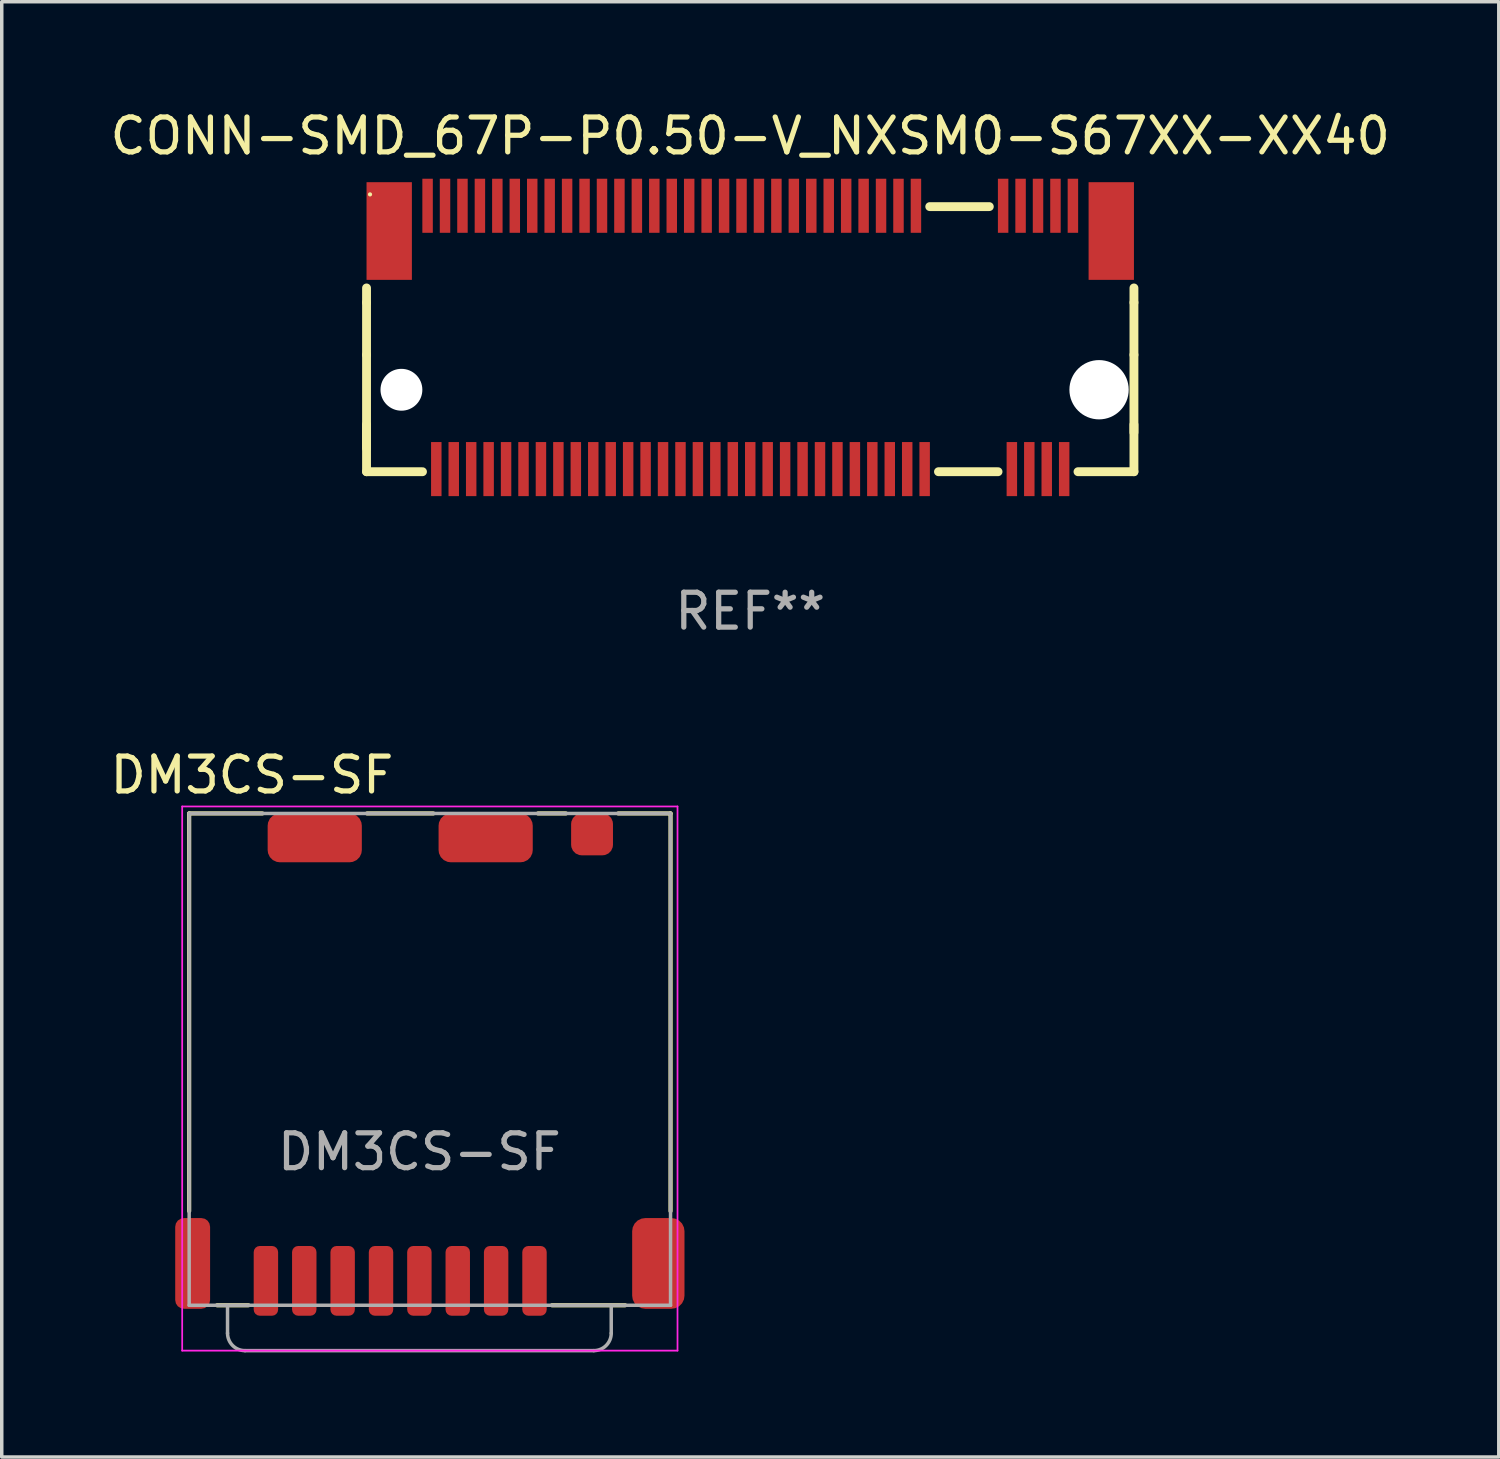
<source format=kicad_pcb>
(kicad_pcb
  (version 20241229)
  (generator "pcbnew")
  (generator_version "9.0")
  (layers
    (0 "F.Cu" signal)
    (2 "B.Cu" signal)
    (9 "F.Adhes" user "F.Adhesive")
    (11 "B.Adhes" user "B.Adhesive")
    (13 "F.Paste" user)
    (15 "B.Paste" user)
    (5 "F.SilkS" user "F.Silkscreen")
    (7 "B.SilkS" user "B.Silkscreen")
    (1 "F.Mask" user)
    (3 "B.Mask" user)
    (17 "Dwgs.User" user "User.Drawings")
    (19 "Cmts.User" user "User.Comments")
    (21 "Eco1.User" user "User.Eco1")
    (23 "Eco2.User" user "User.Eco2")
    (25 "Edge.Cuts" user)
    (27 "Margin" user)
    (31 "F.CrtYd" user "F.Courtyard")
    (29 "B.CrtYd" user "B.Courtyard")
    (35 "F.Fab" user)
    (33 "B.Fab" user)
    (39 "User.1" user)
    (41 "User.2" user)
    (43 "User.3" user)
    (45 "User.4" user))
  (footprint "DM3CS-SF"
    (layer "F.Cu")
    (at 8.973 27.47)
    (property "Reference" "DM3CS-SF" (at -4.8 -8.3 0) (layer "F.SilkS") (effects (font (size 1 1) (thickness 0.15))))
    (attr smd)
    (fp_line (start -6.6 -7.2) (end -6.6 4.2) (stroke (width 0.12) (type solid)) (layer "F.SilkS"))
    (fp_line (start -6.6 -7.2) (end -4.5 -7.2) (stroke (width 0.12) (type solid)) (layer "F.SilkS"))
    (fp_line (start -5.8 6.9) (end -4.9 6.9) (stroke (width 0.12) (type solid)) (layer "F.SilkS"))
    (fp_line (start -1.5 -7.2) (end 0.4 -7.2) (stroke (width 0.12) (type solid)) (layer "F.SilkS"))
    (fp_line (start 3.4 -7.2) (end 4.2 -7.2) (stroke (width 0.12) (type solid)) (layer "F.SilkS"))
    (fp_line (start 3.8 6.9) (end 5.9 6.9) (stroke (width 0.12) (type solid)) (layer "F.SilkS"))
    (fp_line (start 5.7 -7.2) (end 7.2 -7.2) (stroke (width 0.12) (type solid)) (layer "F.SilkS"))
    (fp_line (start 7.2 4.2) (end 7.2 -7.2) (stroke (width 0.12) (type solid)) (layer "F.SilkS"))
    (fp_line (start -6.8 -7.4) (end 7.4 -7.4) (stroke (width 0.05) (type solid)) (layer "F.CrtYd"))
    (fp_line (start -6.8 8.2) (end -6.8 -7.4) (stroke (width 0.05) (type solid)) (layer "F.CrtYd"))
    (fp_line (start 7.4 -7.4) (end 7.4 8.2) (stroke (width 0.05) (type solid)) (layer "F.CrtYd"))
    (fp_line (start 7.4 8.2) (end -6.8 8.2) (stroke (width 0.05) (type solid)) (layer "F.CrtYd"))
    (fp_line (start -6.6 -7.2) (end -6.6 6.9) (stroke (width 0.1) (type solid)) (layer "F.Fab"))
    (fp_line (start -6.6 -7.2) (end 7.2 -7.2) (stroke (width 0.1) (type solid)) (layer "F.Fab"))
    (fp_line (start -5.5 7.7) (end -5.5 6.9) (stroke (width 0.1) (type solid)) (layer "F.Fab"))
    (fp_line (start 5 8.2) (end -5 8.2) (stroke (width 0.1) (type solid)) (layer "F.Fab"))
    (fp_line (start 5.5 6.9) (end 5.5 7.7) (stroke (width 0.1) (type solid)) (layer "F.Fab"))
    (fp_line (start 7.2 -7.2) (end 7.2 6.9) (stroke (width 0.1) (type solid)) (layer "F.Fab"))
    (fp_line (start 7.2 6.9) (end -6.6 6.9) (stroke (width 0.1) (type solid)) (layer "F.Fab"))
    (fp_arc (start -5 8.2) (mid -5.353553 8.053553) (end -5.5 7.7) (stroke (width 0.1) (type solid)) (layer "F.Fab"))
    (fp_arc (start 5.5 7.7) (mid 5.353553 8.053553) (end 5 8.2) (stroke (width 0.1) (type solid)) (layer "F.Fab"))
    (fp_text user "${REFERENCE}" (at 0 2.5 0) (unlocked yes) (layer "F.Fab") (effects (font (size 1 1) (thickness 0.15))))
    (pad "1" smd roundrect (at 3.3 6.2 90) (size 2 0.7) (layers "F.Cu" "F.Mask" "F.Paste") (roundrect_rratio 0.25))
    (pad "2" smd roundrect (at 2.2 6.2 90) (size 2 0.7) (layers "F.Cu" "F.Mask" "F.Paste") (roundrect_rratio 0.25))
    (pad "3" smd roundrect (at 1.1 6.2 90) (size 2 0.7) (layers "F.Cu" "F.Mask" "F.Paste") (roundrect_rratio 0.25))
    (pad "4" smd roundrect (at 0 6.2 90) (size 2 0.7) (layers "F.Cu" "F.Mask" "F.Paste") (roundrect_rratio 0.25))
    (pad "5" smd roundrect (at -1.1 6.2 90) (size 2 0.7) (layers "F.Cu" "F.Mask" "F.Paste") (roundrect_rratio 0.25))
    (pad "6" smd roundrect (at -2.2 6.2 90) (size 2 0.7) (layers "F.Cu" "F.Mask" "F.Paste") (roundrect_rratio 0.25))
    (pad "7" smd roundrect (at -3.3 6.2 90) (size 2 0.7) (layers "F.Cu" "F.Mask" "F.Paste") (roundrect_rratio 0.25))
    (pad "8" smd roundrect (at -4.4 6.2 90) (size 2 0.7) (layers "F.Cu" "F.Mask" "F.Paste") (roundrect_rratio 0.25))
    (pad "9" smd roundrect (at -6.5 5.7 270) (size 2.6 1) (layers "F.Cu" "F.Mask" "F.Paste") (roundrect_rratio 0.25))
    (pad "9" smd roundrect (at -3 -6.5 180) (size 2.7 1.4) (layers "F.Cu" "F.Mask" "F.Paste") (roundrect_rratio 0.25))
    (pad "9" smd roundrect (at 1.9 -6.5 180) (size 2.7 1.4) (layers "F.Cu" "F.Mask" "F.Paste") (roundrect_rratio 0.25))
    (pad "9" smd roundrect (at 4.95 -6.6 180) (size 1.2 1.2) (layers "F.Cu" "F.Mask" "F.Paste") (roundrect_rratio 0.25))
    (pad "9" smd roundrect (at 6.85 5.7 270) (size 2.6 1.5) (layers "F.Cu" "F.Mask" "F.Paste") (roundrect_rratio 0.25))
    (zone (net_name "") (layer "F.Cu") (hatch edge 0.508) (connect_pads) (min_thickness 0.254) (filled_areas_thickness no) (keepout (tracks not_allowed) (vias not_allowed) (pads not_allowed) (copperpour not_allowed) (footprints not_allowed)) (placement (enabled no)) (fill) (polygon (pts (xy 2.773 31.87) (xy 2.173 31.87) (xy 2.173 28.07) (xy 2.773 28.07))))
    (zone (net_name "") (layer "F.Cu") (hatch edge 0.508) (connect_pads) (min_thickness 0.254) (filled_areas_thickness no) (keepout (tracks not_allowed) (vias not_allowed) (pads not_allowed) (copperpour not_allowed) (footprints not_allowed)) (placement (enabled no)) (fill) (polygon (pts (xy 12.873 25.67) (xy 3.973 25.67) (xy 3.973 23.17) (xy 12.873 23.17))))
    (zone (net_name "") (layer "F.Cu") (hatch edge 0.508) (connect_pads) (min_thickness 0.254) (filled_areas_thickness no) (keepout (tracks not_allowed) (vias not_allowed) (pads not_allowed) (copperpour not_allowed) (footprints not_allowed)) (placement (enabled no)) (fill) (polygon (pts (xy 16.373 31.87) (xy 15.773 31.87) (xy 15.773 28.07) (xy 16.373 28.07)))))
  (footprint "CONN-SMD_67P-P0.50-V_NXSM0-S67XX-XX40"
    (layer "F.Cu")
    (at 18.458 6.661)
    (property "Reference" "CONN-SMD_67P-P0.50-V_NXSM0-S67XX-XX40" (at 0 -5.812 0) (layer "F.SilkS") (effects (font (size 1 1) (thickness 0.15))))
    (attr through_hole)
    (fp_line (start -11 -1.038) (end -11 -1.456) (stroke (width 0.254) (type solid)) (layer "F.SilkS"))
    (fp_line (start -11 0.462) (end -11 -1.038) (stroke (width 0.254) (type solid)) (layer "F.SilkS"))
    (fp_line (start -11 0.462) (end -11 3.138) (stroke (width 0.254) (type solid)) (layer "F.SilkS"))
    (fp_line (start -11 3.812) (end -11 2.462) (stroke (width 0.254) (type solid)) (layer "F.SilkS"))
    (fp_line (start -11 3.812) (end -9.396 3.812) (stroke (width 0.254) (type solid)) (layer "F.SilkS"))
    (fp_line (start 5.396 3.812) (end 7.104 3.812) (stroke (width 0.254) (type solid)) (layer "F.SilkS"))
    (fp_line (start 6.854 -3.788) (end 5.146 -3.788) (stroke (width 0.254) (type solid)) (layer "F.SilkS"))
    (fp_line (start 9.396 3.812) (end 11 3.812) (stroke (width 0.254) (type solid)) (layer "F.SilkS"))
    (fp_line (start 11 -1.038) (end 11 -1.456) (stroke (width 0.254) (type solid)) (layer "F.SilkS"))
    (fp_line (start 11 0.462) (end 11 -1.038) (stroke (width 0.254) (type solid)) (layer "F.SilkS"))
    (fp_line (start 11 0.462) (end 11 2.687) (stroke (width 0.254) (type solid)) (layer "F.SilkS"))
    (fp_line (start 11 3.812) (end 11 2.462) (stroke (width 0.254) (type solid)) (layer "F.SilkS"))
    (fp_circle (center -10.9 -4.138) (end -10.87 -4.138) (stroke (width 0.06) (type solid)) (fill no) (layer "F.SilkS"))
    (fp_text user "REF**" (at 0 7.812 0) (layer "F.Fab") (effects (font (size 1 1) (thickness 0.15))))
    (pad "" np_thru_hole circle (at -10 1.463) (size 1.2 1.2) (drill 1.2) (layers "*.Cu" "*.Mask"))
    (pad "" np_thru_hole circle (at 10 1.462) (size 1.7 1.7) (drill 1.7) (layers "*.Cu" "*.Mask"))
    (pad "1" smd rect (at -9.25 -3.812) (size 0.3 1.55) (layers "F.Cu" "F.Mask" "F.Paste"))
    (pad "2" smd rect (at -9 3.737) (size 0.3 1.55) (layers "F.Cu" "F.Mask" "F.Paste"))
    (pad "3" smd rect (at -8.75 -3.812) (size 0.3 1.55) (layers "F.Cu" "F.Mask" "F.Paste"))
    (pad "4" smd rect (at -8.5 3.737) (size 0.3 1.55) (layers "F.Cu" "F.Mask" "F.Paste"))
    (pad "5" smd rect (at -8.25 -3.812) (size 0.3 1.55) (layers "F.Cu" "F.Mask" "F.Paste"))
    (pad "6" smd rect (at -8 3.737) (size 0.3 1.55) (layers "F.Cu" "F.Mask" "F.Paste"))
    (pad "7" smd rect (at -7.75 -3.812) (size 0.3 1.55) (layers "F.Cu" "F.Mask" "F.Paste"))
    (pad "8" smd rect (at -7.5 3.737) (size 0.3 1.55) (layers "F.Cu" "F.Mask" "F.Paste"))
    (pad "9" smd rect (at -7.25 -3.812) (size 0.3 1.55) (layers "F.Cu" "F.Mask" "F.Paste"))
    (pad "10" smd rect (at -7 3.737) (size 0.3 1.55) (layers "F.Cu" "F.Mask" "F.Paste"))
    (pad "11" smd rect (at -6.75 -3.812) (size 0.3 1.55) (layers "F.Cu" "F.Mask" "F.Paste"))
    (pad "12" smd rect (at -6.5 3.737) (size 0.3 1.55) (layers "F.Cu" "F.Mask" "F.Paste"))
    (pad "13" smd rect (at -6.25 -3.812) (size 0.3 1.55) (layers "F.Cu" "F.Mask" "F.Paste"))
    (pad "14" smd rect (at -6 3.737) (size 0.3 1.55) (layers "F.Cu" "F.Mask" "F.Paste"))
    (pad "15" smd rect (at -5.75 -3.812) (size 0.3 1.55) (layers "F.Cu" "F.Mask" "F.Paste"))
    (pad "16" smd rect (at -5.5 3.737) (size 0.3 1.55) (layers "F.Cu" "F.Mask" "F.Paste"))
    (pad "17" smd rect (at -5.25 -3.812) (size 0.3 1.55) (layers "F.Cu" "F.Mask" "F.Paste"))
    (pad "18" smd rect (at -5 3.737) (size 0.3 1.55) (layers "F.Cu" "F.Mask" "F.Paste"))
    (pad "19" smd rect (at -4.75 -3.812) (size 0.3 1.55) (layers "F.Cu" "F.Mask" "F.Paste"))
    (pad "20" smd rect (at -4.5 3.737) (size 0.3 1.55) (layers "F.Cu" "F.Mask" "F.Paste"))
    (pad "21" smd rect (at -4.25 -3.812) (size 0.3 1.55) (layers "F.Cu" "F.Mask" "F.Paste"))
    (pad "22" smd rect (at -4 3.737) (size 0.3 1.55) (layers "F.Cu" "F.Mask" "F.Paste"))
    (pad "23" smd rect (at -3.75 -3.812) (size 0.3 1.55) (layers "F.Cu" "F.Mask" "F.Paste"))
    (pad "24" smd rect (at -3.5 3.737) (size 0.3 1.55) (layers "F.Cu" "F.Mask" "F.Paste"))
    (pad "25" smd rect (at -3.25 -3.812) (size 0.3 1.55) (layers "F.Cu" "F.Mask" "F.Paste"))
    (pad "26" smd rect (at -3 3.737) (size 0.3 1.55) (layers "F.Cu" "F.Mask" "F.Paste"))
    (pad "27" smd rect (at -2.75 -3.812) (size 0.3 1.55) (layers "F.Cu" "F.Mask" "F.Paste"))
    (pad "28" smd rect (at -2.5 3.737) (size 0.3 1.55) (layers "F.Cu" "F.Mask" "F.Paste"))
    (pad "29" smd rect (at -2.25 -3.812) (size 0.3 1.55) (layers "F.Cu" "F.Mask" "F.Paste"))
    (pad "30" smd rect (at -2 3.737) (size 0.3 1.55) (layers "F.Cu" "F.Mask" "F.Paste"))
    (pad "31" smd rect (at -1.75 -3.812) (size 0.3 1.55) (layers "F.Cu" "F.Mask" "F.Paste"))
    (pad "32" smd rect (at -1.5 3.737) (size 0.3 1.55) (layers "F.Cu" "F.Mask" "F.Paste"))
    (pad "33" smd rect (at -1.25 -3.812) (size 0.3 1.55) (layers "F.Cu" "F.Mask" "F.Paste"))
    (pad "34" smd rect (at -1 3.737) (size 0.3 1.55) (layers "F.Cu" "F.Mask" "F.Paste"))
    (pad "35" smd rect (at -0.75 -3.812) (size 0.3 1.55) (layers "F.Cu" "F.Mask" "F.Paste"))
    (pad "36" smd rect (at -0.5 3.737) (size 0.3 1.55) (layers "F.Cu" "F.Mask" "F.Paste"))
    (pad "37" smd rect (at -0.25 -3.812) (size 0.3 1.55) (layers "F.Cu" "F.Mask" "F.Paste"))
    (pad "38" smd rect (at -0.000038 3.737) (size 0.3 1.55) (layers "F.Cu" "F.Mask" "F.Paste"))
    (pad "39" smd rect (at 0.25 -3.812) (size 0.3 1.55) (layers "F.Cu" "F.Mask" "F.Paste"))
    (pad "40" smd rect (at 0.5 3.737) (size 0.3 1.55) (layers "F.Cu" "F.Mask" "F.Paste"))
    (pad "41" smd rect (at 0.75 -3.812) (size 0.3 1.55) (layers "F.Cu" "F.Mask" "F.Paste"))
    (pad "42" smd rect (at 1 3.737) (size 0.3 1.55) (layers "F.Cu" "F.Mask" "F.Paste"))
    (pad "43" smd rect (at 1.25 -3.812) (size 0.3 1.55) (layers "F.Cu" "F.Mask" "F.Paste"))
    (pad "44" smd rect (at 1.5 3.737) (size 0.3 1.55) (layers "F.Cu" "F.Mask" "F.Paste"))
    (pad "45" smd rect (at 1.75 -3.812) (size 0.3 1.55) (layers "F.Cu" "F.Mask" "F.Paste"))
    (pad "46" smd rect (at 2 3.737) (size 0.3 1.55) (layers "F.Cu" "F.Mask" "F.Paste"))
    (pad "47" smd rect (at 2.25 -3.812) (size 0.3 1.55) (layers "F.Cu" "F.Mask" "F.Paste"))
    (pad "48" smd rect (at 2.5 3.737) (size 0.3 1.55) (layers "F.Cu" "F.Mask" "F.Paste"))
    (pad "49" smd rect (at 2.75 -3.812) (size 0.3 1.55) (layers "F.Cu" "F.Mask" "F.Paste"))
    (pad "50" smd rect (at 3 3.737) (size 0.3 1.55) (layers "F.Cu" "F.Mask" "F.Paste"))
    (pad "51" smd rect (at 3.25 -3.812) (size 0.3 1.55) (layers "F.Cu" "F.Mask" "F.Paste"))
    (pad "52" smd rect (at 3.5 3.737) (size 0.3 1.55) (layers "F.Cu" "F.Mask" "F.Paste"))
    (pad "53" smd rect (at 3.75 -3.812) (size 0.3 1.55) (layers "F.Cu" "F.Mask" "F.Paste"))
    (pad "54" smd rect (at 4 3.737) (size 0.3 1.55) (layers "F.Cu" "F.Mask" "F.Paste"))
    (pad "55" smd rect (at 4.25 -3.812) (size 0.3 1.55) (layers "F.Cu" "F.Mask" "F.Paste"))
    (pad "56" smd rect (at 4.5 3.737) (size 0.3 1.55) (layers "F.Cu" "F.Mask" "F.Paste"))
    (pad "57" smd rect (at 4.75 -3.812) (size 0.3 1.55) (layers "F.Cu" "F.Mask" "F.Paste"))
    (pad "58" smd rect (at 5 3.737) (size 0.3 1.55) (layers "F.Cu" "F.Mask" "F.Paste"))
    (pad "67" smd rect (at 7.25 -3.812) (size 0.3 1.55) (layers "F.Cu" "F.Mask" "F.Paste"))
    (pad "68" smd rect (at 7.5 3.737) (size 0.3 1.55) (layers "F.Cu" "F.Mask" "F.Paste"))
    (pad "69" smd rect (at 7.75 -3.812) (size 0.3 1.55) (layers "F.Cu" "F.Mask" "F.Paste"))
    (pad "70" smd rect (at 8 3.737) (size 0.3 1.55) (layers "F.Cu" "F.Mask" "F.Paste"))
    (pad "71" smd rect (at 8.25 -3.812) (size 0.3 1.55) (layers "F.Cu" "F.Mask" "F.Paste"))
    (pad "72" smd rect (at 8.5 3.737) (size 0.3 1.55) (layers "F.Cu" "F.Mask" "F.Paste"))
    (pad "73" smd rect (at 8.75 -3.812) (size 0.3 1.55) (layers "F.Cu" "F.Mask" "F.Paste"))
    (pad "74" smd rect (at 9 3.737) (size 0.3 1.55) (layers "F.Cu" "F.Mask" "F.Paste"))
    (pad "75" smd rect (at 9.25 -3.812) (size 0.3 1.55) (layers "F.Cu" "F.Mask" "F.Paste"))
    (pad "76" smd rect (at 10.35 -3.088) (size 1.3 2.8) (layers "F.Cu" "F.Mask" "F.Paste"))
    (pad "77" smd rect (at -10.35 -3.088) (size 1.3 2.8) (layers "F.Cu" "F.Mask" "F.Paste")))
  (gr_rect
    (start -3 -3)
    (end 39.917 38.72)
    (stroke (width 0.1) (type default))
    (fill no)
    (layer "Edge.Cuts")))
</source>
